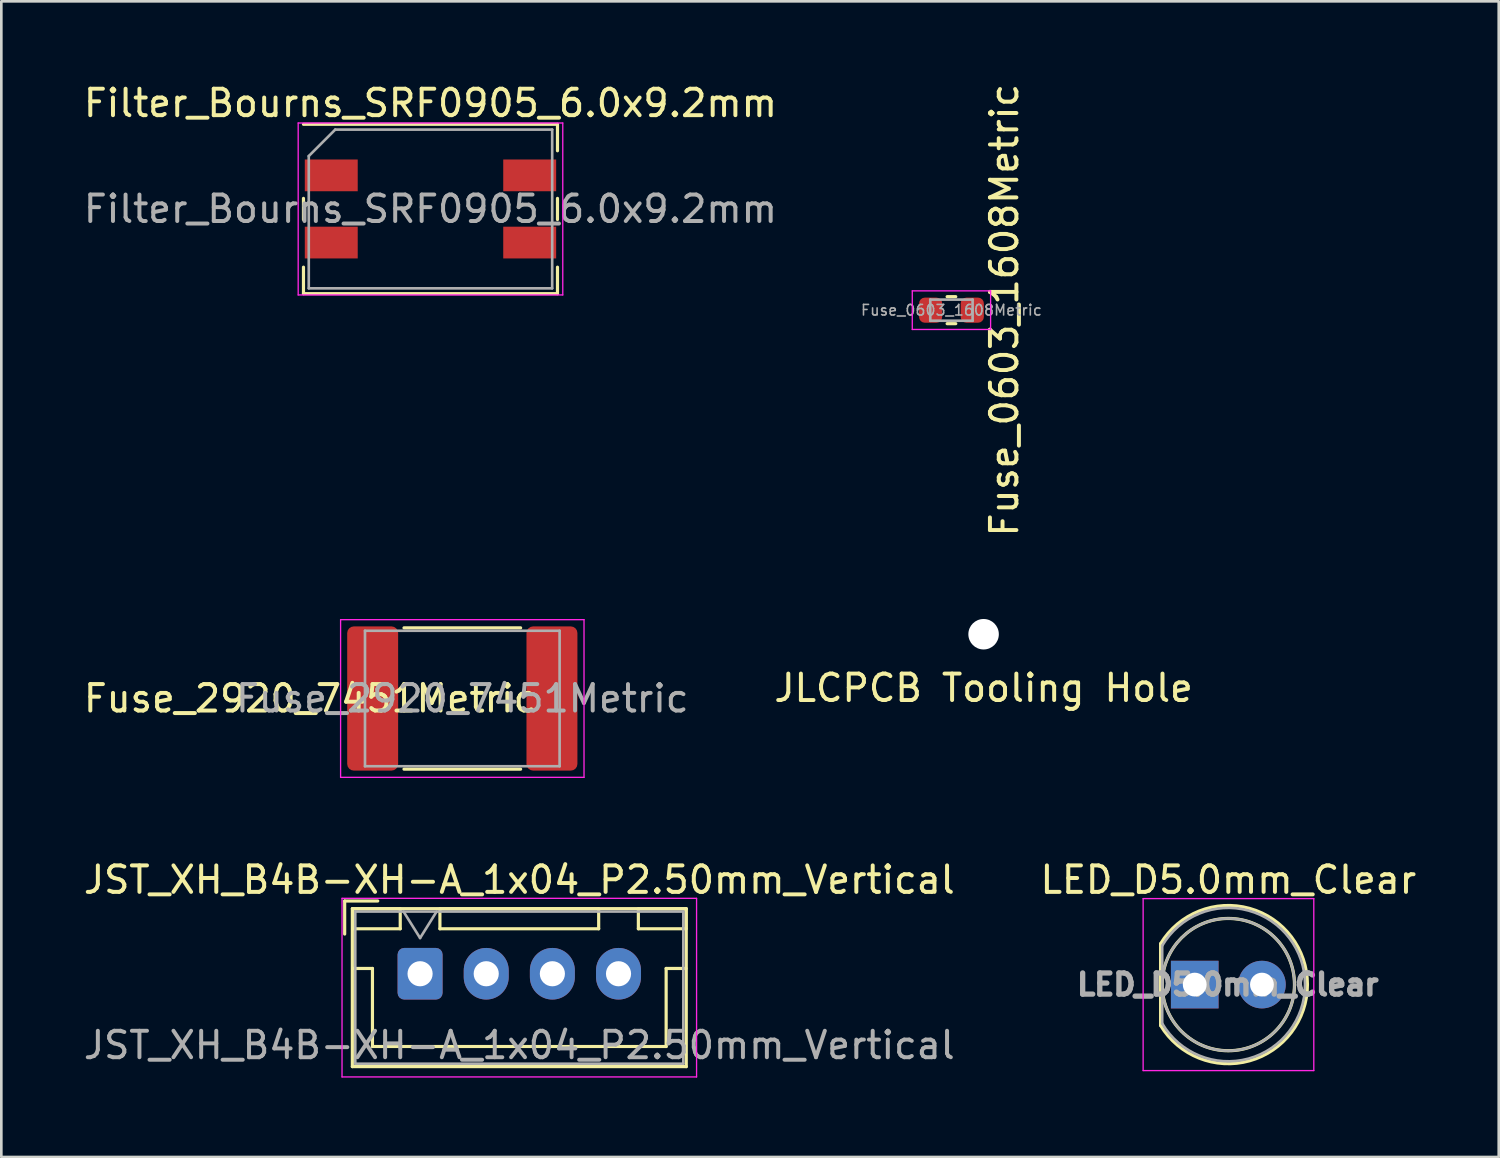
<source format=kicad_pcb>
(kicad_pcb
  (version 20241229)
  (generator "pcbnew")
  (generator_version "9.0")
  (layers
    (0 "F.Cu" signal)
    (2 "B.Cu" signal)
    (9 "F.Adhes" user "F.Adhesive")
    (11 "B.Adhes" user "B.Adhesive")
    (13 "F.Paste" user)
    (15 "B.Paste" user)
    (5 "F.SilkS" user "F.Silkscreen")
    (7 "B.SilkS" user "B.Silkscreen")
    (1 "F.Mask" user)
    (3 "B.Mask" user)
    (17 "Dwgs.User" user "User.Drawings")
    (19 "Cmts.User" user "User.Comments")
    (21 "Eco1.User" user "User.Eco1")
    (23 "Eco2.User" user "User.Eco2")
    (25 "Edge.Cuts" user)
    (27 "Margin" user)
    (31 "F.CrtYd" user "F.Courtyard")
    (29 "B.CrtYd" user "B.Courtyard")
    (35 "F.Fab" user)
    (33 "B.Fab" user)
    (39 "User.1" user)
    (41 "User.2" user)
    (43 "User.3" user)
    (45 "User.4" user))
  (footprint "Filter_Bourns_SRF0905_6.0x9.2mm"
    (layer "F.Cu")
    (at 13.22 4.848)
    (property "Reference" "Filter_Bourns_SRF0905_6.0x9.2mm" (at 0 -4 180) (layer "F.SilkS") (effects (font (size 1 1) (thickness 0.15))))
    (attr smd)
    (fp_line (start -4.8 -0.4) (end -4.8 0.4) (stroke (width 0.12) (type solid)) (layer "F.SilkS"))
    (fp_line (start -4.8 2.2) (end -4.8 3.2) (stroke (width 0.12) (type solid)) (layer "F.SilkS"))
    (fp_line (start -4.8 3.2) (end 4.8 3.2) (stroke (width 0.12) (type solid)) (layer "F.SilkS"))
    (fp_line (start 4.8 -3.2) (end -4.8 -3.2) (stroke (width 0.12) (type solid)) (layer "F.SilkS"))
    (fp_line (start 4.8 -2.2) (end 4.8 -3.2) (stroke (width 0.12) (type solid)) (layer "F.SilkS"))
    (fp_line (start 4.8 -0.4) (end 4.8 0.4) (stroke (width 0.12) (type solid)) (layer "F.SilkS"))
    (fp_line (start 4.8 3.2) (end 4.8 2.2) (stroke (width 0.12) (type solid)) (layer "F.SilkS"))
    (fp_line (start -5 -3.25) (end -5 3.25) (stroke (width 0.05) (type solid)) (layer "F.CrtYd"))
    (fp_line (start -5 -3.25) (end 5 -3.25) (stroke (width 0.05) (type solid)) (layer "F.CrtYd"))
    (fp_line (start 5 3.25) (end -5 3.25) (stroke (width 0.05) (type solid)) (layer "F.CrtYd"))
    (fp_line (start 5 3.25) (end 5 -3.25) (stroke (width 0.05) (type solid)) (layer "F.CrtYd"))
    (fp_line (start -4.6 -2) (end -3.6 -3) (stroke (width 0.1) (type solid)) (layer "F.Fab"))
    (fp_line (start -4.6 3) (end -4.6 -2) (stroke (width 0.1) (type solid)) (layer "F.Fab"))
    (fp_line (start -3.6 -3) (end 4.6 -3) (stroke (width 0.1) (type solid)) (layer "F.Fab"))
    (fp_line (start 4.6 -3) (end 4.6 3) (stroke (width 0.1) (type solid)) (layer "F.Fab"))
    (fp_line (start 4.6 3) (end -4.6 3) (stroke (width 0.1) (type solid)) (layer "F.Fab"))
    (fp_text user "${REFERENCE}" (at 0 0 0) (layer "F.Fab") (effects (font (size 1 1) (thickness 0.15))))
    (pad "1" smd rect (at -3.75 -1.27) (size 2 1.2) (layers "F.Cu" "F.Mask" "F.Paste"))
    (pad "2" smd rect (at -3.75 1.27) (size 2 1.2) (layers "F.Cu" "F.Mask" "F.Paste"))
    (pad "3" smd rect (at 3.75 1.27) (size 2 1.2) (layers "F.Cu" "F.Mask" "F.Paste"))
    (pad "4" smd rect (at 3.75 -1.27) (size 2 1.2) (layers "F.Cu" "F.Mask" "F.Paste")))
  (footprint "Fuse_0603_1608Metric"
    (layer "F.Cu")
    (at 32.91 8.673)
    (property "Reference" "Fuse_0603_1608Metric" (at 2 0 270) (layer "F.SilkS") (effects (font (size 1 1) (thickness 0.15))))
    (attr smd)
    (fp_line (start -0.163 -0.51) (end 0.163 -0.51) (stroke (width 0.12) (type solid)) (layer "F.SilkS"))
    (fp_line (start -0.163 0.51) (end 0.163 0.51) (stroke (width 0.12) (type solid)) (layer "F.SilkS"))
    (fp_line (start -1.48 -0.73) (end 1.48 -0.73) (stroke (width 0.05) (type solid)) (layer "F.CrtYd"))
    (fp_line (start -1.48 0.73) (end -1.48 -0.73) (stroke (width 0.05) (type solid)) (layer "F.CrtYd"))
    (fp_line (start 1.48 -0.73) (end 1.48 0.73) (stroke (width 0.05) (type solid)) (layer "F.CrtYd"))
    (fp_line (start 1.48 0.73) (end -1.48 0.73) (stroke (width 0.05) (type solid)) (layer "F.CrtYd"))
    (fp_line (start -0.8 -0.4) (end 0.8 -0.4) (stroke (width 0.1) (type solid)) (layer "F.Fab"))
    (fp_line (start -0.8 0.4) (end -0.8 -0.4) (stroke (width 0.1) (type solid)) (layer "F.Fab"))
    (fp_line (start 0.8 -0.4) (end 0.8 0.4) (stroke (width 0.1) (type solid)) (layer "F.Fab"))
    (fp_line (start 0.8 0.4) (end -0.8 0.4) (stroke (width 0.1) (type solid)) (layer "F.Fab"))
    (fp_text user "${REFERENCE}" (at 0 0 0) (layer "F.Fab") (effects (font (size 0.4 0.4) (thickness 0.06))))
    (pad "1" smd roundrect (at -0.787 0) (size 0.875 0.95) (layers "F.Cu" "F.Mask" "F.Paste") (roundrect_rratio 0.25))
    (pad "2" smd roundrect (at 0.787 0) (size 0.875 0.95) (layers "F.Cu" "F.Mask" "F.Paste") (roundrect_rratio 0.25)))
  (footprint "JST_XH_B4B-XH-A_1x04_P2.50mm_Vertical"
    (layer "F.Cu")
    (at 12.827 33.753)
    (property "Reference" "JST_XH_B4B-XH-A_1x04_P2.50mm_Vertical" (at 3.75 -3.55 0) (layer "F.SilkS") (effects (font (size 1 1) (thickness 0.15))))
    (attr through_hole)
    (fp_line (start -2.85 -2.75) (end -2.85 -1.5) (stroke (width 0.12) (type solid)) (layer "F.SilkS"))
    (fp_line (start -2.56 -2.46) (end -2.56 3.51) (stroke (width 0.12) (type solid)) (layer "F.SilkS"))
    (fp_line (start -2.56 3.51) (end 10.06 3.51) (stroke (width 0.12) (type solid)) (layer "F.SilkS"))
    (fp_line (start -2.55 -2.45) (end -2.55 -1.7) (stroke (width 0.12) (type solid)) (layer "F.SilkS"))
    (fp_line (start -2.55 -1.7) (end -0.75 -1.7) (stroke (width 0.12) (type solid)) (layer "F.SilkS"))
    (fp_line (start -2.55 -0.2) (end -1.8 -0.2) (stroke (width 0.12) (type solid)) (layer "F.SilkS"))
    (fp_line (start -1.8 -0.2) (end -1.8 2.75) (stroke (width 0.12) (type solid)) (layer "F.SilkS"))
    (fp_line (start -1.8 2.75) (end 3.75 2.75) (stroke (width 0.12) (type solid)) (layer "F.SilkS"))
    (fp_line (start -1.6 -2.75) (end -2.85 -2.75) (stroke (width 0.12) (type solid)) (layer "F.SilkS"))
    (fp_line (start -0.75 -2.45) (end -2.55 -2.45) (stroke (width 0.12) (type solid)) (layer "F.SilkS"))
    (fp_line (start -0.75 -1.7) (end -0.75 -2.45) (stroke (width 0.12) (type solid)) (layer "F.SilkS"))
    (fp_line (start 0.75 -2.45) (end 0.75 -1.7) (stroke (width 0.12) (type solid)) (layer "F.SilkS"))
    (fp_line (start 0.75 -1.7) (end 6.75 -1.7) (stroke (width 0.12) (type solid)) (layer "F.SilkS"))
    (fp_line (start 6.75 -2.45) (end 0.75 -2.45) (stroke (width 0.12) (type solid)) (layer "F.SilkS"))
    (fp_line (start 6.75 -1.7) (end 6.75 -2.45) (stroke (width 0.12) (type solid)) (layer "F.SilkS"))
    (fp_line (start 8.25 -2.45) (end 8.25 -1.7) (stroke (width 0.12) (type solid)) (layer "F.SilkS"))
    (fp_line (start 8.25 -1.7) (end 10.05 -1.7) (stroke (width 0.12) (type solid)) (layer "F.SilkS"))
    (fp_line (start 9.3 -0.2) (end 9.3 2.75) (stroke (width 0.12) (type solid)) (layer "F.SilkS"))
    (fp_line (start 9.3 2.75) (end 3.75 2.75) (stroke (width 0.12) (type solid)) (layer "F.SilkS"))
    (fp_line (start 10.05 -2.45) (end 8.25 -2.45) (stroke (width 0.12) (type solid)) (layer "F.SilkS"))
    (fp_line (start 10.05 -1.7) (end 10.05 -2.45) (stroke (width 0.12) (type solid)) (layer "F.SilkS"))
    (fp_line (start 10.05 -0.2) (end 9.3 -0.2) (stroke (width 0.12) (type solid)) (layer "F.SilkS"))
    (fp_line (start 10.06 -2.46) (end -2.56 -2.46) (stroke (width 0.12) (type solid)) (layer "F.SilkS"))
    (fp_line (start 10.06 3.51) (end 10.06 -2.46) (stroke (width 0.12) (type solid)) (layer "F.SilkS"))
    (fp_line (start -2.95 -2.85) (end -2.95 3.9) (stroke (width 0.05) (type solid)) (layer "F.CrtYd"))
    (fp_line (start -2.95 3.9) (end 10.45 3.9) (stroke (width 0.05) (type solid)) (layer "F.CrtYd"))
    (fp_line (start 10.45 -2.85) (end -2.95 -2.85) (stroke (width 0.05) (type solid)) (layer "F.CrtYd"))
    (fp_line (start 10.45 3.9) (end 10.45 -2.85) (stroke (width 0.05) (type solid)) (layer "F.CrtYd"))
    (fp_line (start -2.45 -2.35) (end -2.45 3.4) (stroke (width 0.1) (type solid)) (layer "F.Fab"))
    (fp_line (start -2.45 3.4) (end 9.95 3.4) (stroke (width 0.1) (type solid)) (layer "F.Fab"))
    (fp_line (start -0.625 -2.35) (end 0 -1.35) (stroke (width 0.1) (type solid)) (layer "F.Fab"))
    (fp_line (start 0 -1.35) (end 0.625 -2.35) (stroke (width 0.1) (type solid)) (layer "F.Fab"))
    (fp_line (start 9.95 -2.35) (end -2.45 -2.35) (stroke (width 0.1) (type solid)) (layer "F.Fab"))
    (fp_line (start 9.95 3.4) (end 9.95 -2.35) (stroke (width 0.1) (type solid)) (layer "F.Fab"))
    (fp_text user "${REFERENCE}" (at 3.75 2.7 0) (layer "F.Fab") (effects (font (size 1 1) (thickness 0.15))))
    (pad "1" thru_hole roundrect (at 0 0) (size 1.7 1.95) (drill 0.95) (layers "*.Cu" "*.Mask") (roundrect_rratio 0.147))
    (pad "2" thru_hole oval (at 2.5 0) (size 1.7 1.95) (drill 0.95) (layers "*.Cu" "*.Mask"))
    (pad "3" thru_hole oval (at 5 0) (size 1.7 1.95) (drill 0.95) (layers "*.Cu" "*.Mask"))
    (pad "4" thru_hole oval (at 7.5 0) (size 1.7 1.95) (drill 0.95) (layers "*.Cu" "*.Mask")))
  (footprint "LED_D5.0mm_Clear"
    (layer "F.Cu")
    (at 43.375 34.163)
    (property "Reference" "LED_D5.0mm_Clear" (at 0 -3.96 0) (layer "F.SilkS") (effects (font (size 1 1) (thickness 0.15))))
    (attr through_hole)
    (fp_line (start -2.56 -1.545) (end -2.56 1.545) (stroke (width 0.12) (type solid)) (layer "F.SilkS"))
    (fp_arc (start -2.56 -1.54483) (mid 0.802002 -2.880433) (end 2.99 0.000462) (stroke (width 0.12) (type solid)) (layer "F.SilkS"))
    (fp_arc (start 2.99 -0.000462) (mid 0.802002 2.880433) (end -2.56 1.54483) (stroke (width 0.12) (type solid)) (layer "F.SilkS"))
    (fp_circle (center 0 0) (end 2.5 0) (stroke (width 0.12) (type solid)) (fill no) (layer "F.SilkS"))
    (fp_line (start -3.22 -3.25) (end -3.22 3.25) (stroke (width 0.05) (type solid)) (layer "F.CrtYd"))
    (fp_line (start -3.22 3.25) (end 3.23 3.25) (stroke (width 0.05) (type solid)) (layer "F.CrtYd"))
    (fp_line (start 3.23 -3.25) (end -3.22 -3.25) (stroke (width 0.05) (type solid)) (layer "F.CrtYd"))
    (fp_line (start 3.23 3.25) (end 3.23 -3.25) (stroke (width 0.05) (type solid)) (layer "F.CrtYd"))
    (fp_line (start -2.5 -1.47) (end -2.5 1.47) (stroke (width 0.1) (type solid)) (layer "F.Fab"))
    (fp_arc (start -2.5 -1.469694) (mid 2.9 0.000016) (end -2.500016 1.469666) (stroke (width 0.1) (type solid)) (layer "F.Fab"))
    (fp_circle (center 0 0) (end 2.5 0) (stroke (width 0.1) (type solid)) (fill no) (layer "F.Fab"))
    (fp_text user "${REFERENCE}" (at -0.02 0 0) (layer "F.Fab") (effects (font (size 0.8 0.8) (thickness 0.2))))
    (pad "1" thru_hole rect (at -1.27 0) (size 1.8 1.8) (drill 0.9) (layers "*.Cu" "*.Mask"))
    (pad "2" thru_hole circle (at 1.27 0) (size 1.8 1.8) (drill 0.9) (layers "*.Cu" "*.Mask")))
  (footprint "JLCPCB Tooling Hole"
    (layer "F.Cu")
    (at 34.125 20.921)
    (property "Reference" "JLCPCB Tooling Hole" (at 0 2.032 0) (layer "F.SilkS") (effects (font (size 1 1) (thickness 0.15))))
    (attr through_hole)
    (pad "" np_thru_hole circle (at 0 0) (size 1.152 1.152) (drill 1.152) (layers "*.Cu" "*.Mask")))
  (footprint "Fuse_2920_7451Metric"
    (layer "F.Cu")
    (at 14.423 23.35)
    (property "Reference" "Fuse_2920_7451Metric" (at -5.75 0 0) (layer "F.SilkS") (effects (font (size 1 1) (thickness 0.15))))
    (attr smd)
    (fp_line (start -2.204 -2.67) (end 2.204 -2.67) (stroke (width 0.12) (type solid)) (layer "F.SilkS"))
    (fp_line (start -2.204 2.67) (end 2.204 2.67) (stroke (width 0.12) (type solid)) (layer "F.SilkS"))
    (fp_line (start -4.6 -2.98) (end 4.6 -2.98) (stroke (width 0.05) (type solid)) (layer "F.CrtYd"))
    (fp_line (start -4.6 2.98) (end -4.6 -2.98) (stroke (width 0.05) (type solid)) (layer "F.CrtYd"))
    (fp_line (start 4.6 -2.98) (end 4.6 2.98) (stroke (width 0.05) (type solid)) (layer "F.CrtYd"))
    (fp_line (start 4.6 2.98) (end -4.6 2.98) (stroke (width 0.05) (type solid)) (layer "F.CrtYd"))
    (fp_line (start -3.678 -2.56) (end 3.678 -2.56) (stroke (width 0.1) (type solid)) (layer "F.Fab"))
    (fp_line (start -3.678 2.56) (end -3.678 -2.56) (stroke (width 0.1) (type solid)) (layer "F.Fab"))
    (fp_line (start 3.678 -2.56) (end 3.678 2.56) (stroke (width 0.1) (type solid)) (layer "F.Fab"))
    (fp_line (start 3.678 2.56) (end -3.678 2.56) (stroke (width 0.1) (type solid)) (layer "F.Fab"))
    (fp_text user "${REFERENCE}" (at 0 0 0) (layer "F.Fab") (effects (font (size 1 1) (thickness 0.15))))
    (pad "1" smd roundrect (at -3.388 0) (size 1.925 5.45) (layers "F.Cu" "F.Mask" "F.Paste") (roundrect_rratio 0.13))
    (pad "2" smd roundrect (at 3.388 0) (size 1.925 5.45) (layers "F.Cu" "F.Mask" "F.Paste") (roundrect_rratio 0.13)))
  (gr_rect
    (start -3 -3)
    (end 53.595 40.678)
    (stroke (width 0.1) (type default))
    (fill no)
    (layer "Edge.Cuts")))
</source>
